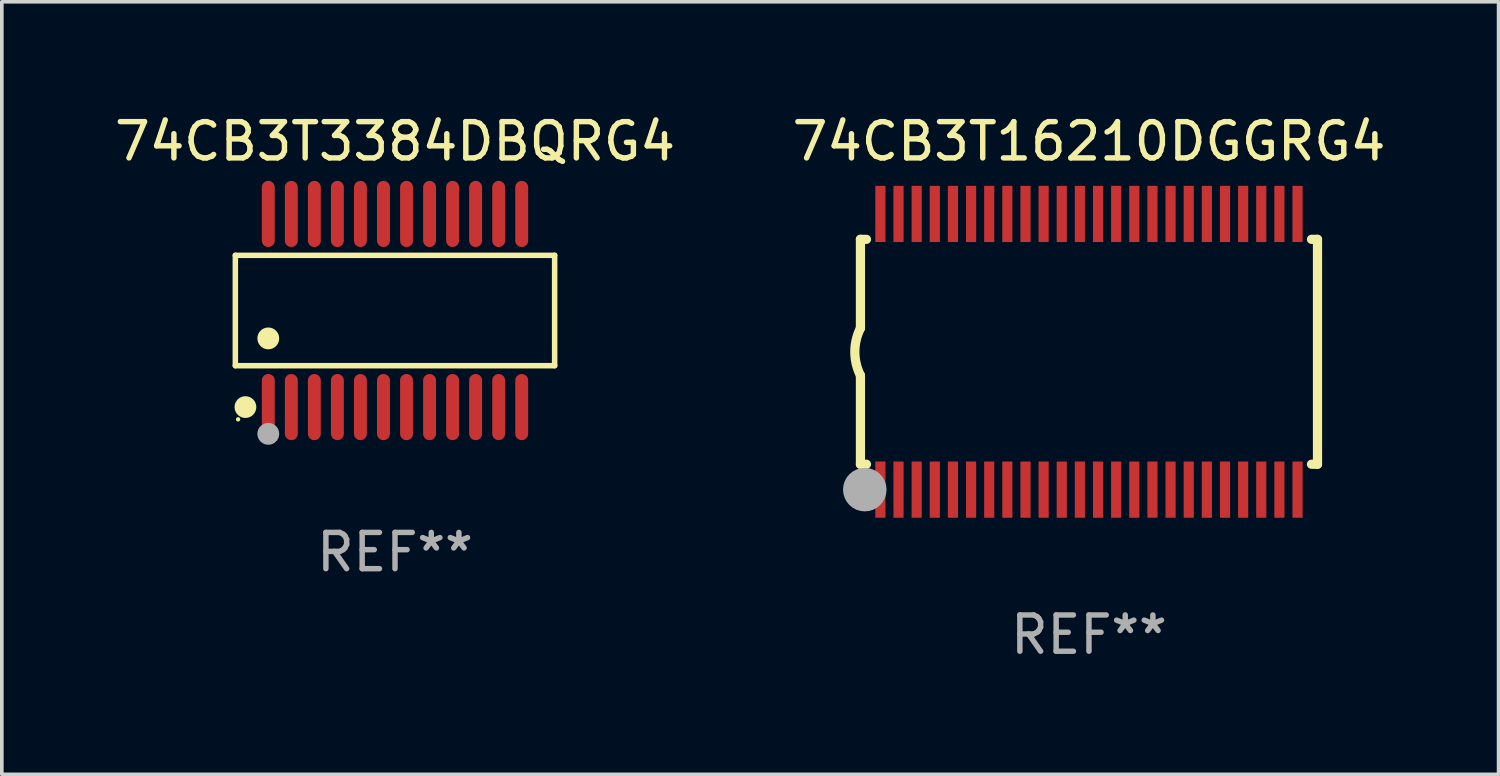
<source format=kicad_pcb>
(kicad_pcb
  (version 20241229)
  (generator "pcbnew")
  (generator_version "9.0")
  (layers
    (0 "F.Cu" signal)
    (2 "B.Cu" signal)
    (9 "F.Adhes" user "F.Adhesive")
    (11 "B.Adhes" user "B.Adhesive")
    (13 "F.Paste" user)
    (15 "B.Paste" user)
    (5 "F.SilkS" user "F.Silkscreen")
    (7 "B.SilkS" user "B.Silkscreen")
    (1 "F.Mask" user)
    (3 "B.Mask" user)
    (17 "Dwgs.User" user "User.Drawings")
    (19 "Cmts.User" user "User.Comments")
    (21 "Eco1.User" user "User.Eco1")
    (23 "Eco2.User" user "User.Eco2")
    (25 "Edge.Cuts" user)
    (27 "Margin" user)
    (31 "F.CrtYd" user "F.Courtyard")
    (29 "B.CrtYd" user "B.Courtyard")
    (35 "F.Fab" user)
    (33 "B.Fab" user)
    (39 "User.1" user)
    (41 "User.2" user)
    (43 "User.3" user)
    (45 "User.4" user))
  (footprint "74CB3T16210DGGRG4"
    (layer "F.Cu")
    (at 26.97 6.648)
    (property "Reference" "74CB3T16210DGGRG4" (at 0 -5.8 0) (layer "F.SilkS") (effects (font (size 1 1) (thickness 0.15))))
    (attr through_hole)
    (fp_line (start -6.3 -3.1) (end -6.3 -0.65) (stroke (width 0.254) (type solid)) (layer "F.SilkS"))
    (fp_line (start -6.3 -3.1) (end -6.134 -3.1) (stroke (width 0.254) (type solid)) (layer "F.SilkS"))
    (fp_line (start -6.3 3.1) (end -6.3 0.65) (stroke (width 0.254) (type solid)) (layer "F.SilkS"))
    (fp_line (start -6.3 3.1) (end -6.134 3.1) (stroke (width 0.254) (type solid)) (layer "F.SilkS"))
    (fp_line (start 6.134 -3.1) (end 6.3 -3.1) (stroke (width 0.254) (type solid)) (layer "F.SilkS"))
    (fp_line (start 6.134 3.1) (end 6.3 3.1) (stroke (width 0.254) (type solid)) (layer "F.SilkS"))
    (fp_line (start 6.3 -3.1) (end 6.3 3.1) (stroke (width 0.254) (type solid)) (layer "F.SilkS"))
    (fp_arc (start -6.301016 0.650114) (mid -6.45413 -0.000082) (end -6.3 -0.650038) (stroke (width 0.254001) (type solid)) (layer "F.SilkS"))
    (fp_circle (center -6.35 3.81) (end -6.223 3.81) (stroke (width 0.254) (type solid)) (fill no) (layer "F.SilkS"))
    (fp_circle (center -6.25 4.05) (end -6.22 4.05) (stroke (width 0.06) (type solid)) (fill no) (layer "F.SilkS"))
    (fp_circle (center -6.18 3.8) (end -5.88 3.8) (stroke (width 0.6) (type solid)) (fill no) (layer "F.Fab"))
    (fp_text user "REF**" (at 0 7.8 0) (layer "F.Fab") (effects (font (size 1 1) (thickness 0.15))))
    (pad "1" smd rect (at -5.75 3.8) (size 0.28 1.55) (layers "F.Cu" "F.Mask" "F.Paste"))
    (pad "2" smd rect (at -5.25 3.8) (size 0.28 1.55) (layers "F.Cu" "F.Mask" "F.Paste"))
    (pad "3" smd rect (at -4.75 3.8) (size 0.28 1.55) (layers "F.Cu" "F.Mask" "F.Paste"))
    (pad "4" smd rect (at -4.25 3.8) (size 0.28 1.55) (layers "F.Cu" "F.Mask" "F.Paste"))
    (pad "5" smd rect (at -3.75 3.8) (size 0.28 1.55) (layers "F.Cu" "F.Mask" "F.Paste"))
    (pad "6" smd rect (at -3.25 3.8) (size 0.28 1.55) (layers "F.Cu" "F.Mask" "F.Paste"))
    (pad "7" smd rect (at -2.75 3.8) (size 0.28 1.55) (layers "F.Cu" "F.Mask" "F.Paste"))
    (pad "8" smd rect (at -2.25 3.8) (size 0.28 1.55) (layers "F.Cu" "F.Mask" "F.Paste"))
    (pad "9" smd rect (at -1.75 3.8) (size 0.28 1.55) (layers "F.Cu" "F.Mask" "F.Paste"))
    (pad "10" smd rect (at -1.25 3.8) (size 0.28 1.55) (layers "F.Cu" "F.Mask" "F.Paste"))
    (pad "11" smd rect (at -0.75 3.8) (size 0.28 1.55) (layers "F.Cu" "F.Mask" "F.Paste"))
    (pad "12" smd rect (at -0.25 3.8) (size 0.28 1.55) (layers "F.Cu" "F.Mask" "F.Paste"))
    (pad "13" smd rect (at 0.25 3.8) (size 0.28 1.55) (layers "F.Cu" "F.Mask" "F.Paste"))
    (pad "14" smd rect (at 0.75 3.8) (size 0.28 1.55) (layers "F.Cu" "F.Mask" "F.Paste"))
    (pad "15" smd rect (at 1.25 3.8) (size 0.28 1.55) (layers "F.Cu" "F.Mask" "F.Paste"))
    (pad "16" smd rect (at 1.75 3.8) (size 0.28 1.55) (layers "F.Cu" "F.Mask" "F.Paste"))
    (pad "17" smd rect (at 2.25 3.8) (size 0.28 1.55) (layers "F.Cu" "F.Mask" "F.Paste"))
    (pad "18" smd rect (at 2.75 3.8) (size 0.28 1.55) (layers "F.Cu" "F.Mask" "F.Paste"))
    (pad "19" smd rect (at 3.25 3.8) (size 0.28 1.55) (layers "F.Cu" "F.Mask" "F.Paste"))
    (pad "20" smd rect (at 3.75 3.8) (size 0.28 1.55) (layers "F.Cu" "F.Mask" "F.Paste"))
    (pad "21" smd rect (at 4.25 3.8) (size 0.28 1.55) (layers "F.Cu" "F.Mask" "F.Paste"))
    (pad "22" smd rect (at 4.75 3.8) (size 0.28 1.55) (layers "F.Cu" "F.Mask" "F.Paste"))
    (pad "23" smd rect (at 5.25 3.8) (size 0.28 1.55) (layers "F.Cu" "F.Mask" "F.Paste"))
    (pad "24" smd rect (at 5.75 3.8) (size 0.28 1.55) (layers "F.Cu" "F.Mask" "F.Paste"))
    (pad "25" smd rect (at 5.75 -3.8) (size 0.28 1.55) (layers "F.Cu" "F.Mask" "F.Paste"))
    (pad "26" smd rect (at 5.25 -3.8) (size 0.28 1.55) (layers "F.Cu" "F.Mask" "F.Paste"))
    (pad "27" smd rect (at 4.75 -3.8) (size 0.28 1.55) (layers "F.Cu" "F.Mask" "F.Paste"))
    (pad "28" smd rect (at 4.25 -3.8) (size 0.28 1.55) (layers "F.Cu" "F.Mask" "F.Paste"))
    (pad "29" smd rect (at 3.75 -3.8) (size 0.28 1.55) (layers "F.Cu" "F.Mask" "F.Paste"))
    (pad "30" smd rect (at 3.25 -3.8) (size 0.28 1.55) (layers "F.Cu" "F.Mask" "F.Paste"))
    (pad "31" smd rect (at 2.75 -3.8) (size 0.28 1.55) (layers "F.Cu" "F.Mask" "F.Paste"))
    (pad "32" smd rect (at 2.25 -3.8) (size 0.28 1.55) (layers "F.Cu" "F.Mask" "F.Paste"))
    (pad "33" smd rect (at 1.75 -3.8) (size 0.28 1.55) (layers "F.Cu" "F.Mask" "F.Paste"))
    (pad "34" smd rect (at 1.25 -3.8) (size 0.28 1.55) (layers "F.Cu" "F.Mask" "F.Paste"))
    (pad "35" smd rect (at 0.75 -3.8) (size 0.28 1.55) (layers "F.Cu" "F.Mask" "F.Paste"))
    (pad "36" smd rect (at 0.25 -3.8) (size 0.28 1.55) (layers "F.Cu" "F.Mask" "F.Paste"))
    (pad "37" smd rect (at -0.25 -3.8) (size 0.28 1.55) (layers "F.Cu" "F.Mask" "F.Paste"))
    (pad "38" smd rect (at -0.75 -3.8) (size 0.28 1.55) (layers "F.Cu" "F.Mask" "F.Paste"))
    (pad "39" smd rect (at -1.25 -3.8) (size 0.28 1.55) (layers "F.Cu" "F.Mask" "F.Paste"))
    (pad "40" smd rect (at -1.75 -3.8) (size 0.28 1.55) (layers "F.Cu" "F.Mask" "F.Paste"))
    (pad "41" smd rect (at -2.25 -3.8) (size 0.28 1.55) (layers "F.Cu" "F.Mask" "F.Paste"))
    (pad "42" smd rect (at -2.75 -3.8) (size 0.28 1.55) (layers "F.Cu" "F.Mask" "F.Paste"))
    (pad "43" smd rect (at -3.25 -3.8) (size 0.28 1.55) (layers "F.Cu" "F.Mask" "F.Paste"))
    (pad "44" smd rect (at -3.75 -3.8) (size 0.28 1.55) (layers "F.Cu" "F.Mask" "F.Paste"))
    (pad "45" smd rect (at -4.25 -3.8) (size 0.28 1.55) (layers "F.Cu" "F.Mask" "F.Paste"))
    (pad "46" smd rect (at -4.75 -3.8) (size 0.28 1.55) (layers "F.Cu" "F.Mask" "F.Paste"))
    (pad "47" smd rect (at -5.25 -3.8) (size 0.28 1.55) (layers "F.Cu" "F.Mask" "F.Paste"))
    (pad "48" smd rect (at -5.75 -3.8) (size 0.28 1.55) (layers "F.Cu" "F.Mask" "F.Paste")))
  (footprint "74CB3T3384DBQRG4"
    (layer "F.Cu")
    (at 7.839 5.51)
    (property "Reference" "74CB3T3384DBQRG4" (at 0 -4.662 0) (layer "F.SilkS") (effects (font (size 1 1) (thickness 0.15))))
    (attr through_hole)
    (fp_line (start -4.401 -1.521) (end 4.401 -1.521) (stroke (width 0.152) (type solid)) (layer "F.SilkS"))
    (fp_line (start -4.401 1.521) (end -4.401 -1.521) (stroke (width 0.152) (type solid)) (layer "F.SilkS"))
    (fp_line (start 4.401 -1.521) (end 4.401 1.521) (stroke (width 0.152) (type solid)) (layer "F.SilkS"))
    (fp_line (start 4.401 1.521) (end -4.401 1.521) (stroke (width 0.152) (type solid)) (layer "F.SilkS"))
    (fp_circle (center -4.325 3) (end -4.295 3) (stroke (width 0.06) (type solid)) (fill no) (layer "F.SilkS"))
    (fp_circle (center -4.123 2.662) (end -3.973 2.662) (stroke (width 0.3) (type solid)) (fill no) (layer "F.SilkS"))
    (fp_circle (center -3.493 0.769) (end -3.342 0.769) (stroke (width 0.3) (type solid)) (fill no) (layer "F.SilkS"))
    (fp_circle (center -3.493 3.4) (end -3.342 3.4) (stroke (width 0.3) (type solid)) (fill no) (layer "F.Fab"))
    (fp_text user "REF**" (at 0 6.662 0) (layer "F.Fab") (effects (font (size 1 1) (thickness 0.15))))
    (pad "1" smd oval (at -3.493 2.662) (size 0.356 1.824) (layers "F.Cu" "F.Mask" "F.Paste"))
    (pad "2" smd oval (at -2.858 2.662) (size 0.356 1.824) (layers "F.Cu" "F.Mask" "F.Paste"))
    (pad "3" smd oval (at -2.223 2.662) (size 0.356 1.824) (layers "F.Cu" "F.Mask" "F.Paste"))
    (pad "4" smd oval (at -1.588 2.662) (size 0.356 1.824) (layers "F.Cu" "F.Mask" "F.Paste"))
    (pad "5" smd oval (at -0.953 2.662) (size 0.356 1.824) (layers "F.Cu" "F.Mask" "F.Paste"))
    (pad "6" smd oval (at -0.318 2.662) (size 0.356 1.824) (layers "F.Cu" "F.Mask" "F.Paste"))
    (pad "7" smd oval (at 0.318 2.662) (size 0.356 1.824) (layers "F.Cu" "F.Mask" "F.Paste"))
    (pad "8" smd oval (at 0.953 2.662) (size 0.356 1.824) (layers "F.Cu" "F.Mask" "F.Paste"))
    (pad "9" smd oval (at 1.588 2.662) (size 0.356 1.824) (layers "F.Cu" "F.Mask" "F.Paste"))
    (pad "10" smd oval (at 2.223 2.662) (size 0.356 1.824) (layers "F.Cu" "F.Mask" "F.Paste"))
    (pad "11" smd oval (at 2.858 2.662) (size 0.356 1.824) (layers "F.Cu" "F.Mask" "F.Paste"))
    (pad "12" smd oval (at 3.493 2.662) (size 0.356 1.824) (layers "F.Cu" "F.Mask" "F.Paste"))
    (pad "13" smd oval (at 3.493 -2.662) (size 0.356 1.824) (layers "F.Cu" "F.Mask" "F.Paste"))
    (pad "14" smd oval (at 2.858 -2.662) (size 0.356 1.824) (layers "F.Cu" "F.Mask" "F.Paste"))
    (pad "15" smd oval (at 2.223 -2.662) (size 0.356 1.824) (layers "F.Cu" "F.Mask" "F.Paste"))
    (pad "16" smd oval (at 1.588 -2.662) (size 0.356 1.824) (layers "F.Cu" "F.Mask" "F.Paste"))
    (pad "17" smd oval (at 0.953 -2.662) (size 0.356 1.824) (layers "F.Cu" "F.Mask" "F.Paste"))
    (pad "18" smd oval (at 0.318 -2.662) (size 0.356 1.824) (layers "F.Cu" "F.Mask" "F.Paste"))
    (pad "19" smd oval (at -0.318 -2.662) (size 0.356 1.824) (layers "F.Cu" "F.Mask" "F.Paste"))
    (pad "20" smd oval (at -0.953 -2.662) (size 0.356 1.824) (layers "F.Cu" "F.Mask" "F.Paste"))
    (pad "21" smd oval (at -1.588 -2.662) (size 0.356 1.824) (layers "F.Cu" "F.Mask" "F.Paste"))
    (pad "22" smd oval (at -2.223 -2.662) (size 0.356 1.824) (layers "F.Cu" "F.Mask" "F.Paste"))
    (pad "23" smd oval (at -2.858 -2.662) (size 0.356 1.824) (layers "F.Cu" "F.Mask" "F.Paste"))
    (pad "24" smd oval (at -3.493 -2.662) (size 0.356 1.824) (layers "F.Cu" "F.Mask" "F.Paste")))
  (gr_rect
    (start -3 -3)
    (end 38.262 18.296)
    (stroke (width 0.1) (type default))
    (fill no)
    (layer "Edge.Cuts")))
</source>
